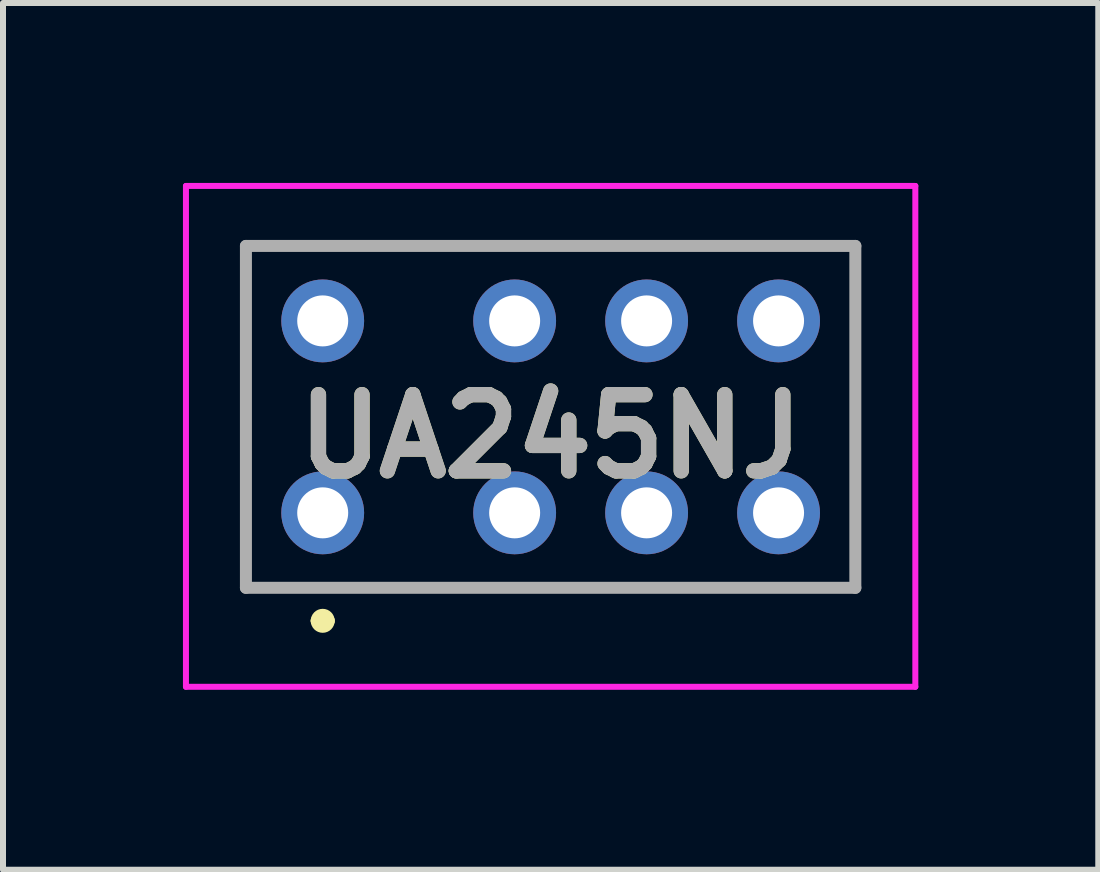
<source format=kicad_pcb>
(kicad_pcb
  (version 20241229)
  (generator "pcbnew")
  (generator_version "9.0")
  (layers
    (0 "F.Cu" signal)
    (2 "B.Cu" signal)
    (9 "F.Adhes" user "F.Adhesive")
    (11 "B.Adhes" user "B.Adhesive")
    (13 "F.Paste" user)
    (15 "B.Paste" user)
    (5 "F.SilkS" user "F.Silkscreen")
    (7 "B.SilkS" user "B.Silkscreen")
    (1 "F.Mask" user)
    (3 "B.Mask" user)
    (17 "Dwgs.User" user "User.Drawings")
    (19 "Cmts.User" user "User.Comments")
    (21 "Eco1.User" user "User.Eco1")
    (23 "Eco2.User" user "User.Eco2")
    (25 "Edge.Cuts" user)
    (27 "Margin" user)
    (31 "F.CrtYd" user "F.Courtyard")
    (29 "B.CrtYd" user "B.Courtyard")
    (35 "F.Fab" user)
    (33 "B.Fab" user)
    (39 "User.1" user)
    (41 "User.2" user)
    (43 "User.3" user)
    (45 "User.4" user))
  (footprint "UA245NJ"
    (layer "F.Cu")
    (at 6.13 4.225)
    (property "Reference" "UA245NJ" (at 0 0 0) (layer "F.SilkS") (effects (font (size 1.27 1.27) (thickness 0.254))))
    (attr through_hole)
    (fp_line (start -5.08 -3.175) (end -5.08 2.525) (stroke (width 0.1) (type solid)) (layer "F.SilkS"))
    (fp_line (start -5.08 2.525) (end 5.08 2.525) (stroke (width 0.1) (type solid)) (layer "F.SilkS"))
    (fp_line (start -3.9 3.075) (end -3.9 3.075) (stroke (width 0.2) (type solid)) (layer "F.SilkS"))
    (fp_line (start -3.7 3.075) (end -3.7 3.075) (stroke (width 0.2) (type solid)) (layer "F.SilkS"))
    (fp_line (start 5.08 -3.175) (end -5.08 -3.175) (stroke (width 0.1) (type solid)) (layer "F.SilkS"))
    (fp_line (start 5.08 2.525) (end 5.08 -3.175) (stroke (width 0.1) (type solid)) (layer "F.SilkS"))
    (fp_arc (start -3.9 3.075) (mid -3.8 2.975) (end -3.7 3.075) (stroke (width 0.2) (type solid)) (layer "F.SilkS"))
    (fp_arc (start -3.7 3.075) (mid -3.8 3.175) (end -3.9 3.075) (stroke (width 0.2) (type solid)) (layer "F.SilkS"))
    (fp_line (start -6.08 -4.175) (end -6.08 4.175) (stroke (width 0.1) (type solid)) (layer "F.CrtYd"))
    (fp_line (start -6.08 4.175) (end 6.08 4.175) (stroke (width 0.1) (type solid)) (layer "F.CrtYd"))
    (fp_line (start 6.08 -4.175) (end -6.08 -4.175) (stroke (width 0.1) (type solid)) (layer "F.CrtYd"))
    (fp_line (start 6.08 4.175) (end 6.08 -4.175) (stroke (width 0.1) (type solid)) (layer "F.CrtYd"))
    (fp_line (start -5.08 -3.175) (end -5.08 2.525) (stroke (width 0.2) (type solid)) (layer "F.Fab"))
    (fp_line (start -5.08 2.525) (end 5.08 2.525) (stroke (width 0.2) (type solid)) (layer "F.Fab"))
    (fp_line (start 5.08 -3.175) (end -5.08 -3.175) (stroke (width 0.2) (type solid)) (layer "F.Fab"))
    (fp_line (start 5.08 2.525) (end 5.08 -3.175) (stroke (width 0.2) (type solid)) (layer "F.Fab"))
    (fp_text user "${REFERENCE}" (at 0 0 0) (layer "F.Fab") (effects (font (size 1.27 1.27) (thickness 0.254))))
    (pad "1" thru_hole circle (at -3.8 1.275) (size 1.381 1.381) (drill 0.85) (layers "*.Cu" "*.Mask"))
    (pad "2" thru_hole circle (at -0.6 1.275) (size 1.381 1.381) (drill 0.85) (layers "*.Cu" "*.Mask"))
    (pad "3" thru_hole circle (at 1.6 1.275) (size 1.381 1.381) (drill 0.85) (layers "*.Cu" "*.Mask"))
    (pad "4" thru_hole circle (at 3.8 1.275) (size 1.381 1.381) (drill 0.85) (layers "*.Cu" "*.Mask"))
    (pad "5" thru_hole circle (at 3.8 -1.925) (size 1.381 1.381) (drill 0.85) (layers "*.Cu" "*.Mask"))
    (pad "6" thru_hole circle (at 1.6 -1.925) (size 1.381 1.381) (drill 0.85) (layers "*.Cu" "*.Mask"))
    (pad "7" thru_hole circle (at -0.6 -1.925) (size 1.381 1.381) (drill 0.85) (layers "*.Cu" "*.Mask"))
    (pad "8" thru_hole circle (at -3.8 -1.925) (size 1.381 1.381) (drill 0.85) (layers "*.Cu" "*.Mask")))
  (gr_rect
    (start -3 -3)
    (end 15.26 11.45)
    (stroke (width 0.1) (type default))
    (fill no)
    (layer "Edge.Cuts")))
</source>
